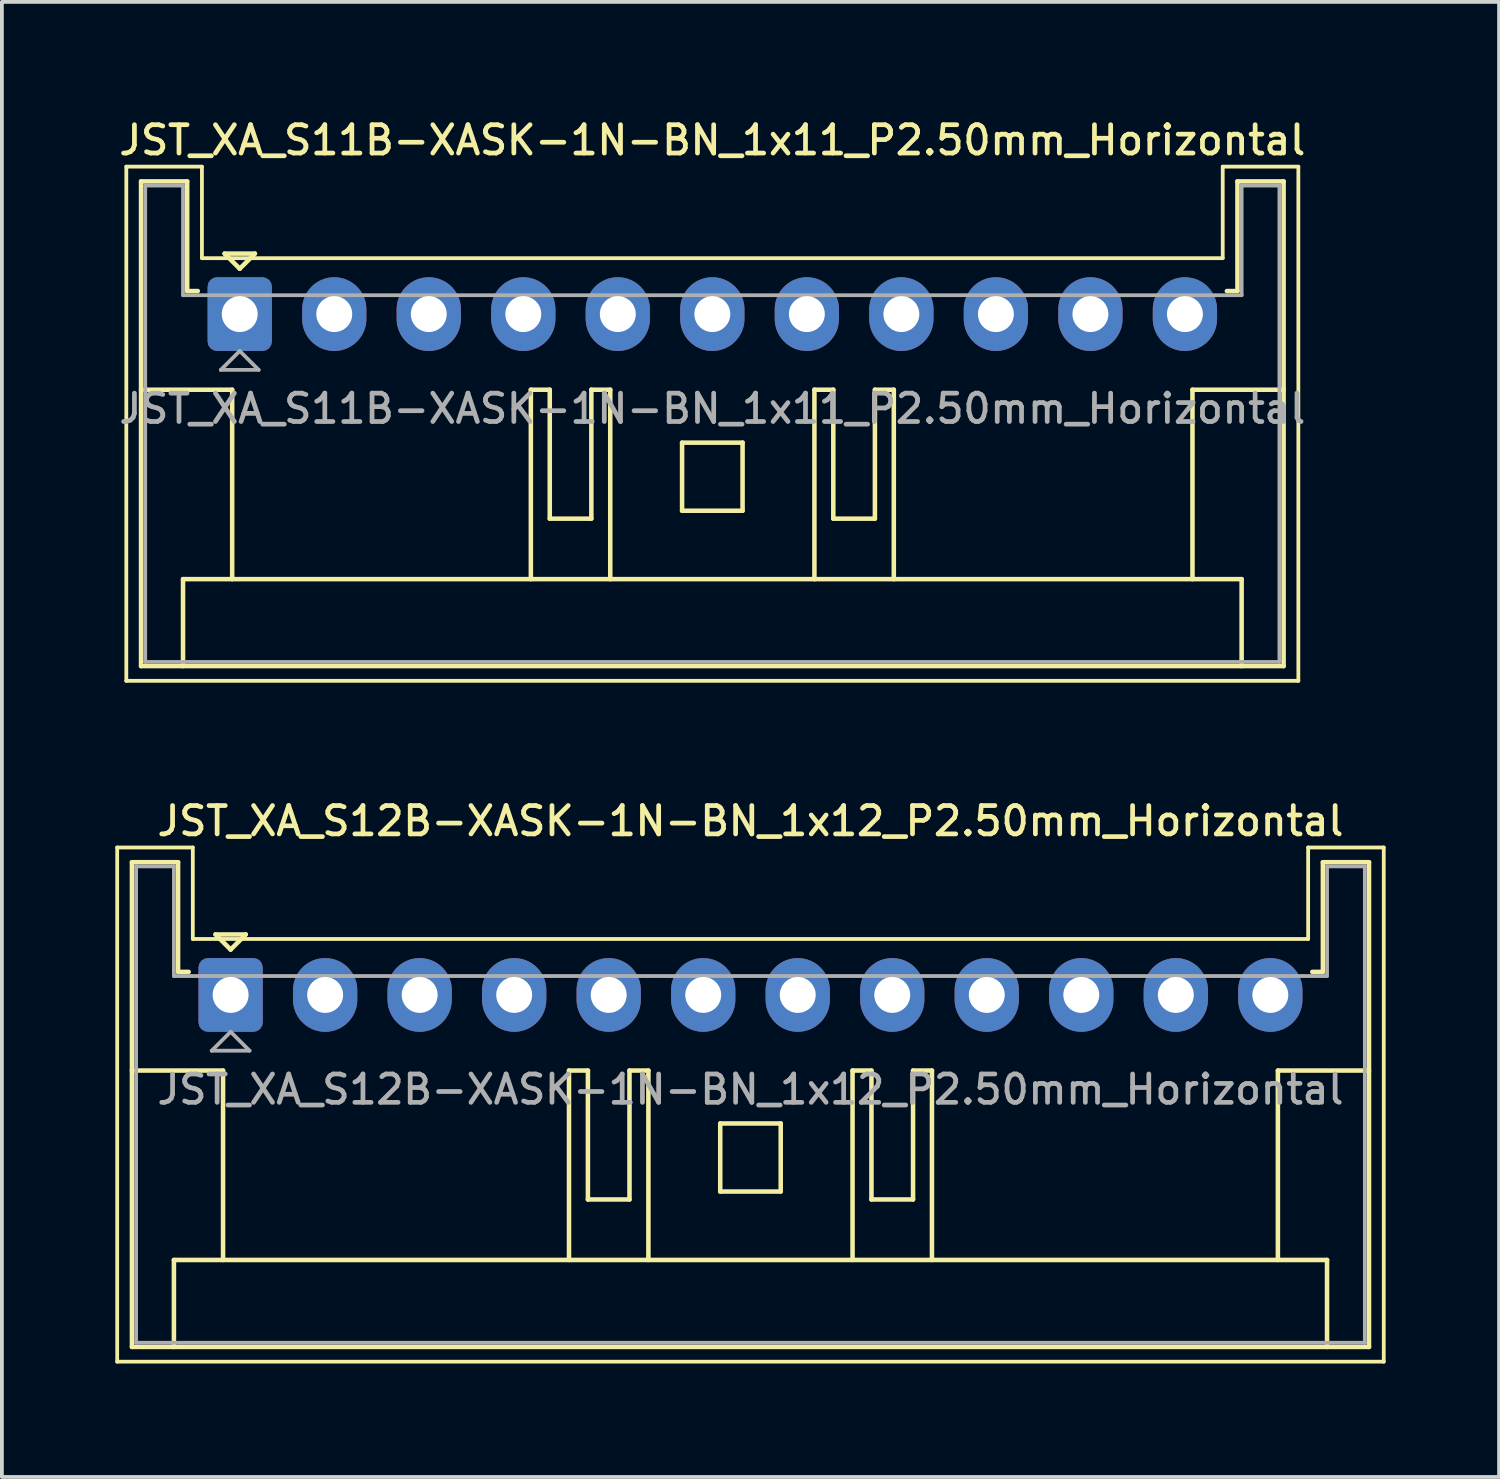
<source format=kicad_pcb>
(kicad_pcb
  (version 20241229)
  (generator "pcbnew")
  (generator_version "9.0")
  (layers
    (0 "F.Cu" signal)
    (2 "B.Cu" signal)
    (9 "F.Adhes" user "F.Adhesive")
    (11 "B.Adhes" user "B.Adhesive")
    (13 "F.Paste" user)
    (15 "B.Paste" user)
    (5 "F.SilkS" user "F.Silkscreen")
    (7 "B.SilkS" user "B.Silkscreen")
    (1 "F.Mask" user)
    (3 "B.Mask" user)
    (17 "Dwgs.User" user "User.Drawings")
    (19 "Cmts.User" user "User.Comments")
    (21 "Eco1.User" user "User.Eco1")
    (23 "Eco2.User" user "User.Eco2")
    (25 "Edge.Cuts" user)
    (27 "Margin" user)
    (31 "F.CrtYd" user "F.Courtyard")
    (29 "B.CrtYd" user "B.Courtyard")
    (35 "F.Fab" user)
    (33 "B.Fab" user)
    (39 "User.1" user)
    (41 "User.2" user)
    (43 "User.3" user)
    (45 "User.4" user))
  (footprint "JST_XA_S11B-XASK-1N-BN_1x11_P2.50mm_Horizontal"
    (layer "F.Cu")
    (at 3.291 5.258)
    (property "Reference" "JST_XA_S11B-XASK-1N-BN_1x11_P2.50mm_Horizontal" (at 12.5 -4.6 0) (layer "F.SilkS") (effects (font (size 0.75 0.75) (thickness 0.125))))
    (attr through_hole)
    (fp_line (start -3 -3.9) (end -3 9.7) (stroke (width 0.1) (type solid)) (layer "F.SilkS"))
    (fp_line (start -3 9.7) (end 28 9.7) (stroke (width 0.1) (type solid)) (layer "F.SilkS"))
    (fp_line (start -2.61 -3.51) (end -2.61 9.31) (stroke (width 0.12) (type solid)) (layer "F.SilkS"))
    (fp_line (start -2.61 9.31) (end 27.61 9.31) (stroke (width 0.12) (type solid)) (layer "F.SilkS"))
    (fp_line (start -1.5 7.01) (end 26.5 7.01) (stroke (width 0.12) (type solid)) (layer "F.SilkS"))
    (fp_line (start -1.5 9.31) (end -1.5 7.01) (stroke (width 0.12) (type solid)) (layer "F.SilkS"))
    (fp_line (start -1.39 -3.51) (end -2.61 -3.51) (stroke (width 0.12) (type solid)) (layer "F.SilkS"))
    (fp_line (start -1.39 -0.61) (end -1.39 -3.51) (stroke (width 0.12) (type solid)) (layer "F.SilkS"))
    (fp_line (start -1.11 -0.61) (end -1.39 -0.61) (stroke (width 0.12) (type solid)) (layer "F.SilkS"))
    (fp_line (start -1 -3.9) (end -3 -3.9) (stroke (width 0.1) (type solid)) (layer "F.SilkS"))
    (fp_line (start -1 -1.48) (end -1 -3.9) (stroke (width 0.1) (type solid)) (layer "F.SilkS"))
    (fp_line (start -0.4 -1.6) (end 0.4 -1.6) (stroke (width 0.12) (type solid)) (layer "F.SilkS"))
    (fp_line (start -0.2 2) (end -2.61 2) (stroke (width 0.12) (type solid)) (layer "F.SilkS"))
    (fp_line (start -0.2 7.01) (end -0.2 2) (stroke (width 0.12) (type solid)) (layer "F.SilkS"))
    (fp_line (start 0 -1.2) (end -0.4 -1.6) (stroke (width 0.12) (type solid)) (layer "F.SilkS"))
    (fp_line (start 0.4 -1.6) (end 0 -1.2) (stroke (width 0.12) (type solid)) (layer "F.SilkS"))
    (fp_line (start 7.7 2) (end 7.7 7.01) (stroke (width 0.12) (type solid)) (layer "F.SilkS"))
    (fp_line (start 8.2 2) (end 7.7 2) (stroke (width 0.12) (type solid)) (layer "F.SilkS"))
    (fp_line (start 8.2 5.41) (end 8.2 2) (stroke (width 0.12) (type solid)) (layer "F.SilkS"))
    (fp_line (start 9.3 2) (end 9.3 5.41) (stroke (width 0.12) (type solid)) (layer "F.SilkS"))
    (fp_line (start 9.3 5.41) (end 8.2 5.41) (stroke (width 0.12) (type solid)) (layer "F.SilkS"))
    (fp_line (start 9.8 2) (end 9.3 2) (stroke (width 0.12) (type solid)) (layer "F.SilkS"))
    (fp_line (start 9.8 7.01) (end 9.8 2) (stroke (width 0.12) (type solid)) (layer "F.SilkS"))
    (fp_line (start 11.7 3.4) (end 13.3 3.4) (stroke (width 0.12) (type solid)) (layer "F.SilkS"))
    (fp_line (start 11.7 5.2) (end 11.7 3.4) (stroke (width 0.12) (type solid)) (layer "F.SilkS"))
    (fp_line (start 13.3 3.4) (end 13.3 5.2) (stroke (width 0.12) (type solid)) (layer "F.SilkS"))
    (fp_line (start 13.3 5.2) (end 11.7 5.2) (stroke (width 0.12) (type solid)) (layer "F.SilkS"))
    (fp_line (start 15.2 2) (end 15.7 2) (stroke (width 0.12) (type solid)) (layer "F.SilkS"))
    (fp_line (start 15.2 7.01) (end 15.2 2) (stroke (width 0.12) (type solid)) (layer "F.SilkS"))
    (fp_line (start 15.7 2) (end 15.7 5.41) (stroke (width 0.12) (type solid)) (layer "F.SilkS"))
    (fp_line (start 15.7 5.41) (end 16.8 5.41) (stroke (width 0.12) (type solid)) (layer "F.SilkS"))
    (fp_line (start 16.8 2) (end 17.3 2) (stroke (width 0.12) (type solid)) (layer "F.SilkS"))
    (fp_line (start 16.8 5.41) (end 16.8 2) (stroke (width 0.12) (type solid)) (layer "F.SilkS"))
    (fp_line (start 17.3 2) (end 17.3 7.01) (stroke (width 0.12) (type solid)) (layer "F.SilkS"))
    (fp_line (start 25.2 2) (end 27.61 2) (stroke (width 0.12) (type solid)) (layer "F.SilkS"))
    (fp_line (start 25.2 7.01) (end 25.2 2) (stroke (width 0.12) (type solid)) (layer "F.SilkS"))
    (fp_line (start 26 -3.9) (end 26 -1.48) (stroke (width 0.1) (type solid)) (layer "F.SilkS"))
    (fp_line (start 26 -1.48) (end -1 -1.48) (stroke (width 0.1) (type solid)) (layer "F.SilkS"))
    (fp_line (start 26.39 -3.51) (end 26.39 -0.61) (stroke (width 0.12) (type solid)) (layer "F.SilkS"))
    (fp_line (start 26.39 -0.61) (end 26.11 -0.61) (stroke (width 0.12) (type solid)) (layer "F.SilkS"))
    (fp_line (start 26.5 7.01) (end 26.5 9.31) (stroke (width 0.12) (type solid)) (layer "F.SilkS"))
    (fp_line (start 27.61 -3.51) (end 26.39 -3.51) (stroke (width 0.12) (type solid)) (layer "F.SilkS"))
    (fp_line (start 27.61 9.31) (end 27.61 -3.51) (stroke (width 0.12) (type solid)) (layer "F.SilkS"))
    (fp_line (start 28 -3.9) (end 26 -3.9) (stroke (width 0.1) (type solid)) (layer "F.SilkS"))
    (fp_line (start 28 9.7) (end 28 -3.9) (stroke (width 0.1) (type solid)) (layer "F.SilkS"))
    (fp_line (start -2.5 -3.4) (end -2.5 9.2) (stroke (width 0.1) (type solid)) (layer "F.Fab"))
    (fp_line (start -2.5 9.2) (end 27.5 9.2) (stroke (width 0.1) (type solid)) (layer "F.Fab"))
    (fp_line (start -1.5 -3.4) (end -2.5 -3.4) (stroke (width 0.1) (type solid)) (layer "F.Fab"))
    (fp_line (start -1.5 -0.5) (end -1.5 -3.4) (stroke (width 0.1) (type solid)) (layer "F.Fab"))
    (fp_line (start -0.5 1.475) (end 0.5 1.475) (stroke (width 0.1) (type solid)) (layer "F.Fab"))
    (fp_line (start 0 0.975) (end -0.5 1.475) (stroke (width 0.1) (type solid)) (layer "F.Fab"))
    (fp_line (start 0.5 1.475) (end 0 0.975) (stroke (width 0.1) (type solid)) (layer "F.Fab"))
    (fp_line (start 26.5 -3.4) (end 26.5 -0.5) (stroke (width 0.1) (type solid)) (layer "F.Fab"))
    (fp_line (start 26.5 -0.5) (end -1.5 -0.5) (stroke (width 0.1) (type solid)) (layer "F.Fab"))
    (fp_line (start 27.5 -3.4) (end 26.5 -3.4) (stroke (width 0.1) (type solid)) (layer "F.Fab"))
    (fp_line (start 27.5 9.2) (end 27.5 -3.4) (stroke (width 0.1) (type solid)) (layer "F.Fab"))
    (fp_text user "${REFERENCE}" (at 12.5 2.5 0) (layer "F.Fab") (effects (font (size 0.75 0.75) (thickness 0.125))))
    (pad "1" thru_hole roundrect (at 0 0) (size 1.7 1.95) (drill 0.95) (layers "*.Cu" "*.Mask") (roundrect_rratio 0.147))
    (pad "2" thru_hole oval (at 2.5 0) (size 1.7 1.95) (drill 0.95) (layers "*.Cu" "*.Mask"))
    (pad "3" thru_hole oval (at 5 0) (size 1.7 1.95) (drill 0.95) (layers "*.Cu" "*.Mask"))
    (pad "4" thru_hole oval (at 7.5 0) (size 1.7 1.95) (drill 0.95) (layers "*.Cu" "*.Mask"))
    (pad "5" thru_hole oval (at 10 0) (size 1.7 1.95) (drill 0.95) (layers "*.Cu" "*.Mask"))
    (pad "6" thru_hole oval (at 12.5 0) (size 1.7 1.95) (drill 0.95) (layers "*.Cu" "*.Mask"))
    (pad "7" thru_hole oval (at 15 0) (size 1.7 1.95) (drill 0.95) (layers "*.Cu" "*.Mask"))
    (pad "8" thru_hole oval (at 17.5 0) (size 1.7 1.95) (drill 0.95) (layers "*.Cu" "*.Mask"))
    (pad "9" thru_hole oval (at 20 0) (size 1.7 1.95) (drill 0.95) (layers "*.Cu" "*.Mask"))
    (pad "10" thru_hole oval (at 22.5 0) (size 1.7 1.95) (drill 0.95) (layers "*.Cu" "*.Mask"))
    (pad "11" thru_hole oval (at 25 0) (size 1.7 1.95) (drill 0.95) (layers "*.Cu" "*.Mask")))
  (footprint "JST_XA_S12B-XASK-1N-BN_1x12_P2.50mm_Horizontal"
    (layer "F.Cu")
    (at 3.05 23.266)
    (property "Reference" "JST_XA_S12B-XASK-1N-BN_1x12_P2.50mm_Horizontal" (at 13.75 -4.6 0) (layer "F.SilkS") (effects (font (size 0.75 0.75) (thickness 0.125))))
    (attr through_hole)
    (fp_line (start -3 -3.9) (end -3 9.7) (stroke (width 0.1) (type solid)) (layer "F.SilkS"))
    (fp_line (start -3 9.7) (end 30.5 9.7) (stroke (width 0.1) (type solid)) (layer "F.SilkS"))
    (fp_line (start -2.61 -3.51) (end -2.61 9.31) (stroke (width 0.12) (type solid)) (layer "F.SilkS"))
    (fp_line (start -2.61 9.31) (end 30.11 9.31) (stroke (width 0.12) (type solid)) (layer "F.SilkS"))
    (fp_line (start -1.5 7.01) (end 29 7.01) (stroke (width 0.12) (type solid)) (layer "F.SilkS"))
    (fp_line (start -1.5 9.31) (end -1.5 7.01) (stroke (width 0.12) (type solid)) (layer "F.SilkS"))
    (fp_line (start -1.39 -3.51) (end -2.61 -3.51) (stroke (width 0.12) (type solid)) (layer "F.SilkS"))
    (fp_line (start -1.39 -0.61) (end -1.39 -3.51) (stroke (width 0.12) (type solid)) (layer "F.SilkS"))
    (fp_line (start -1.11 -0.61) (end -1.39 -0.61) (stroke (width 0.12) (type solid)) (layer "F.SilkS"))
    (fp_line (start -1 -3.9) (end -3 -3.9) (stroke (width 0.1) (type solid)) (layer "F.SilkS"))
    (fp_line (start -1 -1.48) (end -1 -3.9) (stroke (width 0.1) (type solid)) (layer "F.SilkS"))
    (fp_line (start -0.4 -1.6) (end 0.4 -1.6) (stroke (width 0.12) (type solid)) (layer "F.SilkS"))
    (fp_line (start -0.2 2) (end -2.61 2) (stroke (width 0.12) (type solid)) (layer "F.SilkS"))
    (fp_line (start -0.2 7.01) (end -0.2 2) (stroke (width 0.12) (type solid)) (layer "F.SilkS"))
    (fp_line (start 0 -1.2) (end -0.4 -1.6) (stroke (width 0.12) (type solid)) (layer "F.SilkS"))
    (fp_line (start 0.4 -1.6) (end 0 -1.2) (stroke (width 0.12) (type solid)) (layer "F.SilkS"))
    (fp_line (start 8.95 2) (end 8.95 7.01) (stroke (width 0.12) (type solid)) (layer "F.SilkS"))
    (fp_line (start 9.45 2) (end 8.95 2) (stroke (width 0.12) (type solid)) (layer "F.SilkS"))
    (fp_line (start 9.45 5.41) (end 9.45 2) (stroke (width 0.12) (type solid)) (layer "F.SilkS"))
    (fp_line (start 10.55 2) (end 10.55 5.41) (stroke (width 0.12) (type solid)) (layer "F.SilkS"))
    (fp_line (start 10.55 5.41) (end 9.45 5.41) (stroke (width 0.12) (type solid)) (layer "F.SilkS"))
    (fp_line (start 11.05 2) (end 10.55 2) (stroke (width 0.12) (type solid)) (layer "F.SilkS"))
    (fp_line (start 11.05 7.01) (end 11.05 2) (stroke (width 0.12) (type solid)) (layer "F.SilkS"))
    (fp_line (start 12.95 3.4) (end 14.55 3.4) (stroke (width 0.12) (type solid)) (layer "F.SilkS"))
    (fp_line (start 12.95 5.2) (end 12.95 3.4) (stroke (width 0.12) (type solid)) (layer "F.SilkS"))
    (fp_line (start 14.55 3.4) (end 14.55 5.2) (stroke (width 0.12) (type solid)) (layer "F.SilkS"))
    (fp_line (start 14.55 5.2) (end 12.95 5.2) (stroke (width 0.12) (type solid)) (layer "F.SilkS"))
    (fp_line (start 16.45 2) (end 16.95 2) (stroke (width 0.12) (type solid)) (layer "F.SilkS"))
    (fp_line (start 16.45 7.01) (end 16.45 2) (stroke (width 0.12) (type solid)) (layer "F.SilkS"))
    (fp_line (start 16.95 2) (end 16.95 5.41) (stroke (width 0.12) (type solid)) (layer "F.SilkS"))
    (fp_line (start 16.95 5.41) (end 18.05 5.41) (stroke (width 0.12) (type solid)) (layer "F.SilkS"))
    (fp_line (start 18.05 2) (end 18.55 2) (stroke (width 0.12) (type solid)) (layer "F.SilkS"))
    (fp_line (start 18.05 5.41) (end 18.05 2) (stroke (width 0.12) (type solid)) (layer "F.SilkS"))
    (fp_line (start 18.55 2) (end 18.55 7.01) (stroke (width 0.12) (type solid)) (layer "F.SilkS"))
    (fp_line (start 27.7 2) (end 30.11 2) (stroke (width 0.12) (type solid)) (layer "F.SilkS"))
    (fp_line (start 27.7 7.01) (end 27.7 2) (stroke (width 0.12) (type solid)) (layer "F.SilkS"))
    (fp_line (start 28.5 -3.9) (end 28.5 -1.48) (stroke (width 0.1) (type solid)) (layer "F.SilkS"))
    (fp_line (start 28.5 -1.48) (end -1 -1.48) (stroke (width 0.1) (type solid)) (layer "F.SilkS"))
    (fp_line (start 28.89 -3.51) (end 28.89 -0.61) (stroke (width 0.12) (type solid)) (layer "F.SilkS"))
    (fp_line (start 28.89 -0.61) (end 28.61 -0.61) (stroke (width 0.12) (type solid)) (layer "F.SilkS"))
    (fp_line (start 29 7.01) (end 29 9.31) (stroke (width 0.12) (type solid)) (layer "F.SilkS"))
    (fp_line (start 30.11 -3.51) (end 28.89 -3.51) (stroke (width 0.12) (type solid)) (layer "F.SilkS"))
    (fp_line (start 30.11 9.31) (end 30.11 -3.51) (stroke (width 0.12) (type solid)) (layer "F.SilkS"))
    (fp_line (start 30.5 -3.9) (end 28.5 -3.9) (stroke (width 0.1) (type solid)) (layer "F.SilkS"))
    (fp_line (start 30.5 9.7) (end 30.5 -3.9) (stroke (width 0.1) (type solid)) (layer "F.SilkS"))
    (fp_line (start -2.5 -3.4) (end -2.5 9.2) (stroke (width 0.1) (type solid)) (layer "F.Fab"))
    (fp_line (start -2.5 9.2) (end 30 9.2) (stroke (width 0.1) (type solid)) (layer "F.Fab"))
    (fp_line (start -1.5 -3.4) (end -2.5 -3.4) (stroke (width 0.1) (type solid)) (layer "F.Fab"))
    (fp_line (start -1.5 -0.5) (end -1.5 -3.4) (stroke (width 0.1) (type solid)) (layer "F.Fab"))
    (fp_line (start -0.5 1.475) (end 0.5 1.475) (stroke (width 0.1) (type solid)) (layer "F.Fab"))
    (fp_line (start 0 0.975) (end -0.5 1.475) (stroke (width 0.1) (type solid)) (layer "F.Fab"))
    (fp_line (start 0.5 1.475) (end 0 0.975) (stroke (width 0.1) (type solid)) (layer "F.Fab"))
    (fp_line (start 29 -3.4) (end 29 -0.5) (stroke (width 0.1) (type solid)) (layer "F.Fab"))
    (fp_line (start 29 -0.5) (end -1.5 -0.5) (stroke (width 0.1) (type solid)) (layer "F.Fab"))
    (fp_line (start 30 -3.4) (end 29 -3.4) (stroke (width 0.1) (type solid)) (layer "F.Fab"))
    (fp_line (start 30 9.2) (end 30 -3.4) (stroke (width 0.1) (type solid)) (layer "F.Fab"))
    (fp_text user "${REFERENCE}" (at 13.75 2.5 0) (layer "F.Fab") (effects (font (size 0.75 0.75) (thickness 0.125))))
    (pad "1" thru_hole roundrect (at 0 0) (size 1.7 1.95) (drill 0.95) (layers "*.Cu" "*.Mask") (roundrect_rratio 0.147))
    (pad "2" thru_hole oval (at 2.5 0) (size 1.7 1.95) (drill 0.95) (layers "*.Cu" "*.Mask"))
    (pad "3" thru_hole oval (at 5 0) (size 1.7 1.95) (drill 0.95) (layers "*.Cu" "*.Mask"))
    (pad "4" thru_hole oval (at 7.5 0) (size 1.7 1.95) (drill 0.95) (layers "*.Cu" "*.Mask"))
    (pad "5" thru_hole oval (at 10 0) (size 1.7 1.95) (drill 0.95) (layers "*.Cu" "*.Mask"))
    (pad "6" thru_hole oval (at 12.5 0) (size 1.7 1.95) (drill 0.95) (layers "*.Cu" "*.Mask"))
    (pad "7" thru_hole oval (at 15 0) (size 1.7 1.95) (drill 0.95) (layers "*.Cu" "*.Mask"))
    (pad "8" thru_hole oval (at 17.5 0) (size 1.7 1.95) (drill 0.95) (layers "*.Cu" "*.Mask"))
    (pad "9" thru_hole oval (at 20 0) (size 1.7 1.95) (drill 0.95) (layers "*.Cu" "*.Mask"))
    (pad "10" thru_hole oval (at 22.5 0) (size 1.7 1.95) (drill 0.95) (layers "*.Cu" "*.Mask"))
    (pad "11" thru_hole oval (at 25 0) (size 1.7 1.95) (drill 0.95) (layers "*.Cu" "*.Mask"))
    (pad "12" thru_hole oval (at 27.5 0) (size 1.7 1.95) (drill 0.95) (layers "*.Cu" "*.Mask")))
  (gr_rect
    (start -3 -3)
    (end 36.6 36.016)
    (stroke (width 0.1) (type default))
    (fill no)
    (layer "Edge.Cuts")))
</source>
